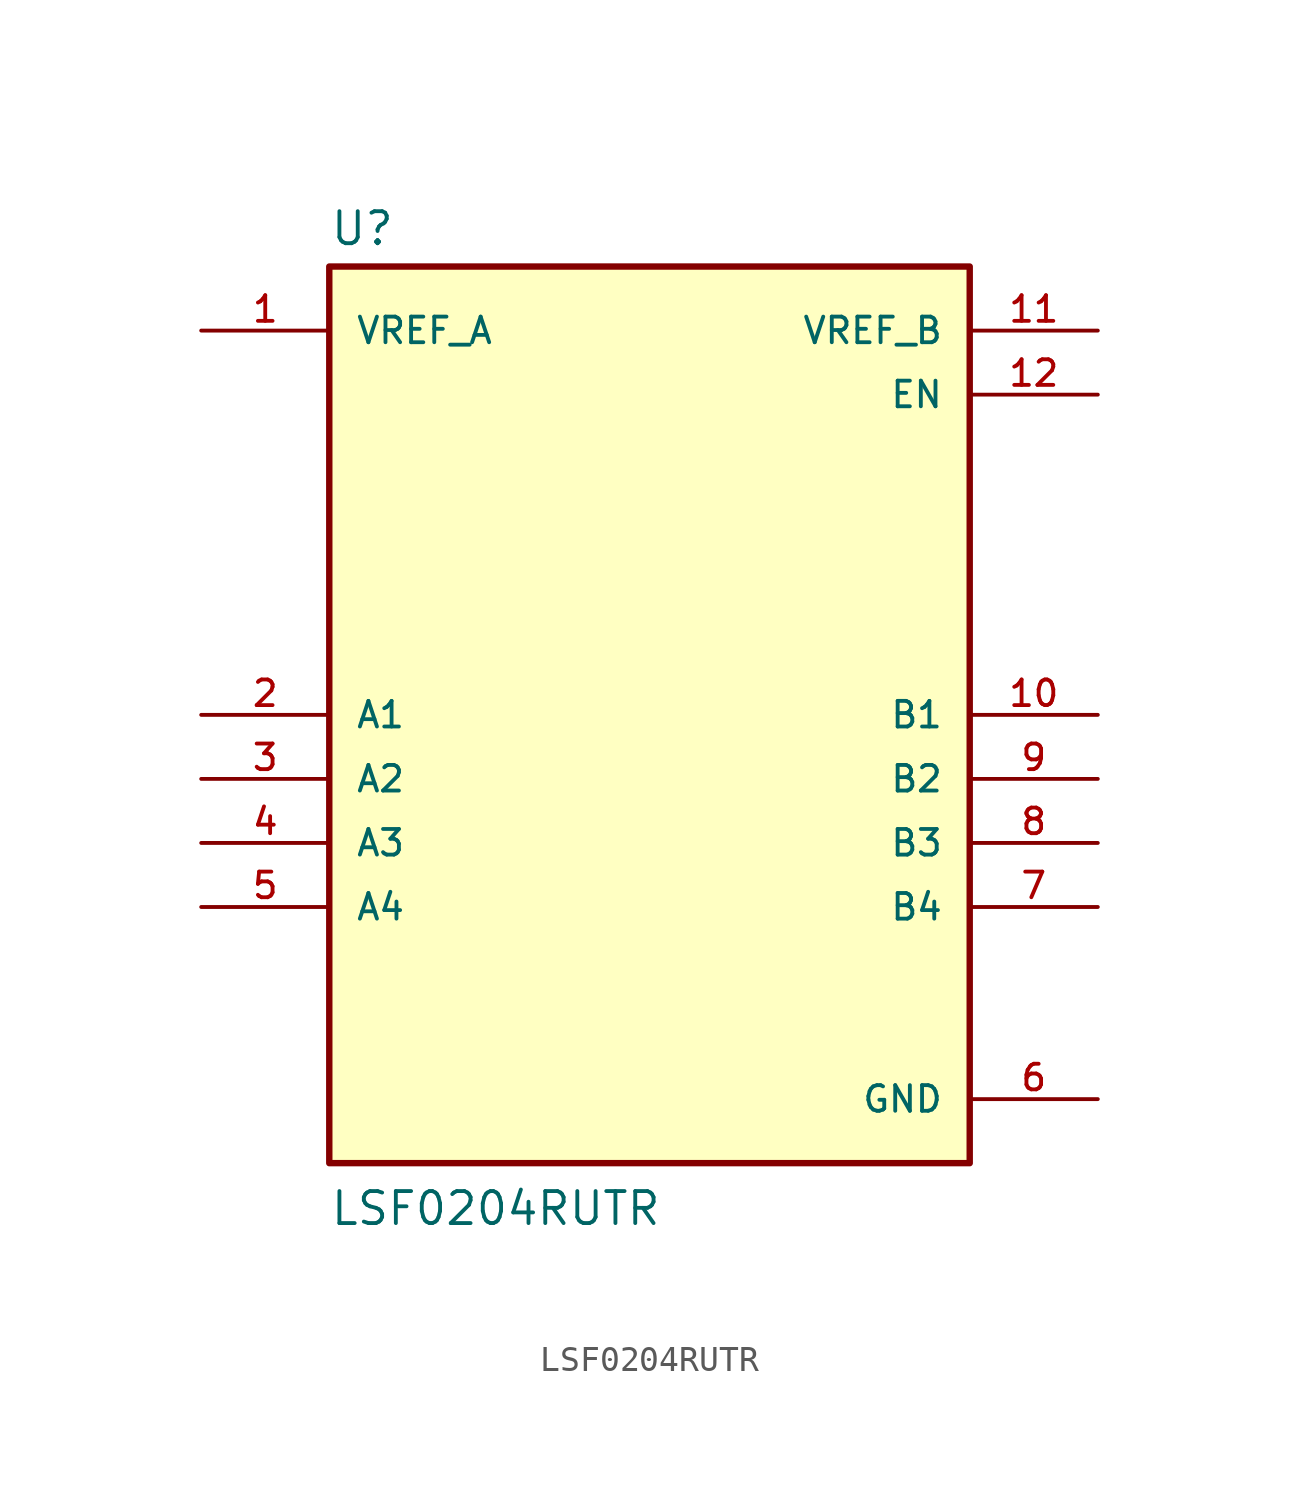
<source format=kicad_sym>
(kicad_symbol_lib
  (version 20241209)
  (generator "kicad_symbol_editor")
  (generator_version "9.0")
  (symbol "LSF0204RUTR"
    (pin_names
      (offset 1.016))
    (property "Reference" "U"
      (at -12.7 18.542 0)
      (effects (font (size 1.27 1.27)) (justify left bottom)))
    (property "Value" "LSF0204RUTR"
      (at -12.7 -20.32 0)
      (effects (font (size 1.27 1.27)) (justify left bottom)))
    (symbol "LSF0204RUTR_0_0"
      (rectangle (start -12.7 -17.78) (end 12.7 17.78) (stroke (width 0.254) (type default)) (fill (type background)))
      (pin power_in line (at -17.78 15.24 0) (length 5.08) (name "VREF_A" (effects (font (size 1.016 1.016)))) (number "1" (effects (font (size 1.016 1.016)))))
      (pin bidirectional line (at -17.78 0 0) (length 5.08) (name "A1" (effects (font (size 1.016 1.016)))) (number "2" (effects (font (size 1.016 1.016)))))
      (pin bidirectional line (at -17.78 -2.54 0) (length 5.08) (name "A2" (effects (font (size 1.016 1.016)))) (number "3" (effects (font (size 1.016 1.016)))))
      (pin bidirectional line (at -17.78 -5.08 0) (length 5.08) (name "A3" (effects (font (size 1.016 1.016)))) (number "4" (effects (font (size 1.016 1.016)))))
      (pin bidirectional line (at -17.78 -7.62 0) (length 5.08) (name "A4" (effects (font (size 1.016 1.016)))) (number "5" (effects (font (size 1.016 1.016)))))
      (pin power_in line (at 17.78 15.24 180) (length 5.08) (name "VREF_B" (effects (font (size 1.016 1.016)))) (number "11" (effects (font (size 1.016 1.016)))))
      (pin input line (at 17.78 12.7 180) (length 5.08) (name "EN" (effects (font (size 1.016 1.016)))) (number "12" (effects (font (size 1.016 1.016)))))
      (pin bidirectional line (at 17.78 0 180) (length 5.08) (name "B1" (effects (font (size 1.016 1.016)))) (number "10" (effects (font (size 1.016 1.016)))))
      (pin bidirectional line (at 17.78 -2.54 180) (length 5.08) (name "B2" (effects (font (size 1.016 1.016)))) (number "9" (effects (font (size 1.016 1.016)))))
      (pin bidirectional line (at 17.78 -5.08 180) (length 5.08) (name "B3" (effects (font (size 1.016 1.016)))) (number "8" (effects (font (size 1.016 1.016)))))
      (pin bidirectional line (at 17.78 -7.62 180) (length 5.08) (name "B4" (effects (font (size 1.016 1.016)))) (number "7" (effects (font (size 1.016 1.016)))))
      (pin power_in line (at 17.78 -15.24 180) (length 5.08) (name "GND" (effects (font (size 1.016 1.016)))) (number "6" (effects (font (size 1.016 1.016))))))))
</source>
